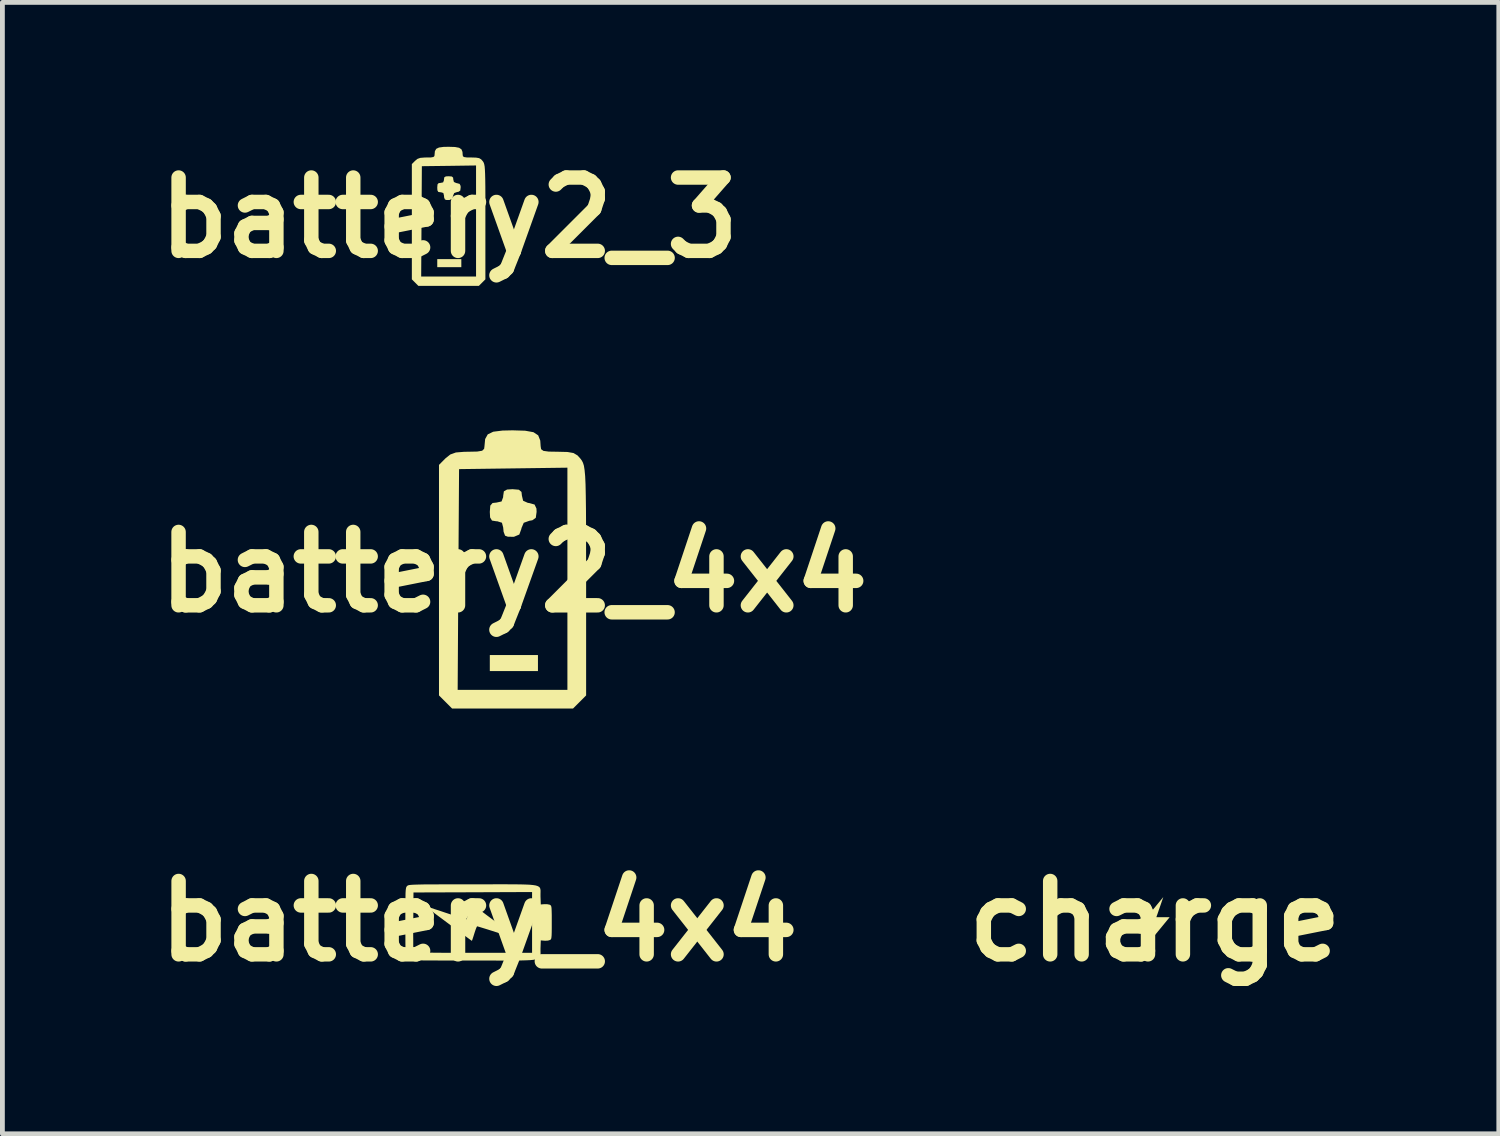
<source format=kicad_pcb>
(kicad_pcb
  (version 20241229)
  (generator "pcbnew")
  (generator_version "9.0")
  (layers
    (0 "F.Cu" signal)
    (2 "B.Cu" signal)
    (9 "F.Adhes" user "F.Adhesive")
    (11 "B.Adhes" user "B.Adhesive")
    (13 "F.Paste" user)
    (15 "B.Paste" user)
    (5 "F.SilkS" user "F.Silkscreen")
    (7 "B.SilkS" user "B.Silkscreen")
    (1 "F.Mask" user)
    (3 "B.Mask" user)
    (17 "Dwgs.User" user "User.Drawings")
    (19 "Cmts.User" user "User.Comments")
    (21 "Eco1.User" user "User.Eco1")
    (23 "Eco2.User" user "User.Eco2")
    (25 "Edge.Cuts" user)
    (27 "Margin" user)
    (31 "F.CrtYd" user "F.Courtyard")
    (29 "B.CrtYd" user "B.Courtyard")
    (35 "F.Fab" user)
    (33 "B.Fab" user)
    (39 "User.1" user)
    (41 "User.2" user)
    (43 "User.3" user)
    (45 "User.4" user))
  (footprint "battery2_3"
    (layer "F.Cu")
    (at 6.285 1.473)
    (property "Reference" "battery2_3" (at 0 0 0) (layer "F.SilkS") (effects (font (size 1.524 1.524) (thickness 0.3))))
    (attr board_only exclude_from_pos_files exclude_from_bom)
    (fp_poly (pts (xy 0.25 1.028) (xy -0.25 1.028) (xy -0.25 0.861) (xy 0.25 0.861)) (stroke (width 0) (type solid)) (fill yes) (layer "F.SilkS"))
    (fp_poly (pts (xy 0.052 -0.856) (xy 0.079 -0.833) (xy 0.083 -0.794) (xy 0.096 -0.742) (xy 0.145 -0.72) (xy 0.16 -0.717) (xy 0.215 -0.702) (xy 0.235 -0.66) (xy 0.236 -0.625) (xy 0.228 -0.564) (xy 0.192 -0.538) (xy 0.161 -0.533) (xy 0.102 -0.512) (xy 0.079 -0.458) (xy 0.078 -0.45) (xy 0.057 -0.39) (xy 0.002 -0.367) (xy -0.001 -0.367) (xy -0.062 -0.368) (xy -0.091 -0.379) (xy -0.107 -0.419) (xy -0.111 -0.463) (xy -0.124 -0.513) (xy -0.172 -0.528) (xy -0.181 -0.528) (xy -0.228 -0.535) (xy -0.247 -0.568) (xy -0.25 -0.625) (xy -0.245 -0.691) (xy -0.222 -0.718) (xy -0.181 -0.723) (xy -0.128 -0.734) (xy -0.111 -0.779) (xy -0.111 -0.792) (xy -0.104 -0.839) (xy -0.071 -0.858) (xy -0.014 -0.861)) (stroke (width 0) (type solid)) (fill yes) (layer "F.SilkS"))
    (fp_poly (pts (xy 0.118 -1.469) (xy 0.203 -1.453) (xy 0.252 -1.421) (xy 0.274 -1.367) (xy 0.278 -1.308) (xy 0.283 -1.277) (xy 0.307 -1.26) (xy 0.362 -1.252) (xy 0.457 -1.251) (xy 0.557 -1.248) (xy 0.62 -1.237) (xy 0.662 -1.212) (xy 0.693 -1.177) (xy 0.707 -1.158) (xy 0.718 -1.136) (xy 0.727 -1.105) (xy 0.735 -1.061) (xy 0.74 -0.997) (xy 0.744 -0.91) (xy 0.747 -0.794) (xy 0.749 -0.643) (xy 0.75 -0.453) (xy 0.75 -0.218) (xy 0.75 0.068) (xy 0.75 1.281) (xy 0.614 1.417) (xy -0.642 1.417) (xy -0.71 1.349) (xy -0.778 1.281) (xy -0.778 1.223) (xy -0.584 1.223) (xy 0.556 1.223) (xy 0.556 -1.085) (xy -0.007 -1.077) (xy -0.57 -1.07) (xy -0.577 0.076) (xy -0.584 1.223) (xy -0.778 1.223) (xy -0.778 -1.114) (xy -0.71 -1.182) (xy -0.661 -1.222) (xy -0.602 -1.243) (xy -0.515 -1.25) (xy -0.474 -1.251) (xy -0.38 -1.252) (xy -0.33 -1.261) (xy -0.309 -1.281) (xy -0.306 -1.308) (xy -0.299 -1.382) (xy -0.271 -1.431) (xy -0.214 -1.458) (xy -0.118 -1.471) (xy -0.014 -1.473)) (stroke (width 0) (type solid)) (fill yes) (layer "F.SilkS")))
  (footprint "battery_4x4"
    (layer "F.Cu")
    (at 6.902 16.089)
    (property "Reference" "battery_4x4" (at 0 0 0) (layer "F.SilkS") (effects (font (size 1.524 1.524) (thickness 0.3))))
    (attr board_only exclude_from_pos_files exclude_from_bom)
    (fp_poly (pts (xy -0.136 -0.343) (xy -0.113 -0.327) (xy -0.067 -0.294) (xy -0.003 -0.247) (xy 0.077 -0.188) (xy 0.167 -0.12) (xy 0.265 -0.047) (xy 0.365 0.028) (xy 0.464 0.103) (xy 0.558 0.174) (xy 0.643 0.238) (xy 0.715 0.293) (xy 0.77 0.334) (xy 0.803 0.361) (xy 0.812 0.368) (xy 0.794 0.364) (xy 0.748 0.351) (xy 0.676 0.329) (xy 0.585 0.301) (xy 0.479 0.268) (xy 0.391 0.24) (xy 0.275 0.203) (xy 0.171 0.17) (xy 0.083 0.143) (xy 0.015 0.122) (xy -0.027 0.11) (xy -0.039 0.107) (xy -0.049 0.123) (xy -0.066 0.165) (xy -0.087 0.226) (xy -0.097 0.258) (xy -0.118 0.325) (xy -0.135 0.377) (xy -0.146 0.406) (xy -0.148 0.409) (xy -0.163 0.399) (xy -0.203 0.37) (xy -0.264 0.325) (xy -0.345 0.265) (xy -0.44 0.195) (xy -0.548 0.115) (xy -0.629 0.055) (xy -0.743 -0.03) (xy -0.848 -0.108) (xy -0.94 -0.177) (xy -1.016 -0.234) (xy -1.073 -0.277) (xy -1.107 -0.303) (xy -1.116 -0.309) (xy -1.102 -0.307) (xy -1.06 -0.294) (xy -0.992 -0.273) (xy -0.904 -0.244) (xy -0.799 -0.21) (xy -0.701 -0.177) (xy -0.585 -0.139) (xy -0.48 -0.104) (xy -0.391 -0.075) (xy -0.322 -0.053) (xy -0.279 -0.039) (xy -0.266 -0.036) (xy -0.257 -0.051) (xy -0.24 -0.094) (xy -0.22 -0.156) (xy -0.207 -0.196) (xy -0.182 -0.275) (xy -0.163 -0.322) (xy -0.147 -0.343)) (stroke (width 0) (type solid)) (fill yes) (layer "F.SilkS"))
    (fp_poly (pts (xy 0.71 -0.765) (xy 0.848 -0.764) (xy 0.962 -0.761) (xy 1.054 -0.757) (xy 1.126 -0.75) (xy 1.181 -0.741) (xy 1.221 -0.728) (xy 1.249 -0.712) (xy 1.266 -0.693) (xy 1.275 -0.669) (xy 1.279 -0.64) (xy 1.279 -0.607) (xy 1.278 -0.568) (xy 1.278 -0.523) (xy 1.278 -0.518) (xy 1.284 -0.347) (xy 1.36 -0.353) (xy 1.417 -0.352) (xy 1.465 -0.343) (xy 1.474 -0.339) (xy 1.487 -0.331) (xy 1.497 -0.318) (xy 1.504 -0.296) (xy 1.508 -0.26) (xy 1.51 -0.205) (xy 1.512 -0.126) (xy 1.512 -0.019) (xy 1.512 0.027) (xy 1.512 0.146) (xy 1.511 0.234) (xy 1.509 0.297) (xy 1.505 0.339) (xy 1.5 0.365) (xy 1.491 0.38) (xy 1.479 0.39) (xy 1.474 0.392) (xy 1.433 0.404) (xy 1.377 0.407) (xy 1.36 0.406) (xy 1.284 0.4) (xy 1.278 0.572) (xy 1.278 0.617) (xy 1.279 0.657) (xy 1.279 0.691) (xy 1.276 0.72) (xy 1.267 0.744) (xy 1.251 0.764) (xy 1.224 0.78) (xy 1.185 0.793) (xy 1.132 0.803) (xy 1.061 0.81) (xy 0.971 0.814) (xy 0.86 0.817) (xy 0.724 0.819) (xy 0.563 0.819) (xy 0.373 0.819) (xy 0.152 0.818) (xy -0.102 0.818) (xy -0.127 0.818) (xy -0.377 0.818) (xy -0.593 0.818) (xy -0.778 0.818) (xy -0.935 0.817) (xy -1.067 0.817) (xy -1.175 0.816) (xy -1.262 0.814) (xy -1.33 0.812) (xy -1.383 0.81) (xy -1.421 0.807) (xy -1.449 0.803) (xy -1.468 0.799) (xy -1.48 0.793) (xy -1.489 0.787) (xy -1.494 0.783) (xy -1.503 0.773) (xy -1.51 0.76) (xy -1.516 0.741) (xy -1.521 0.712) (xy -1.524 0.67) (xy -1.526 0.612) (xy -1.528 0.533) (xy -1.529 0.432) (xy -1.529 0.304) (xy -1.53 0.286) (xy -1.367 0.286) (xy -1.366 0.403) (xy -1.366 0.501) (xy -1.365 0.576) (xy -1.363 0.622) (xy -1.362 0.636) (xy -1.353 0.64) (xy -1.33 0.644) (xy -1.289 0.648) (xy -1.23 0.65) (xy -1.15 0.653) (xy -1.046 0.654) (xy -0.917 0.656) (xy -0.761 0.657) (xy -0.576 0.658) (xy -0.359 0.658) (xy -0.125 0.658) (xy 1.103 0.658) (xy 1.103 -0.605) (xy -0.129 -0.6) (xy -1.361 -0.596) (xy -1.365 0.009) (xy -1.366 0.153) (xy -1.367 0.286) (xy -1.53 0.286) (xy -1.53 0.146) (xy -1.53 0.027) (xy -1.53 -0.152) (xy -1.529 -0.299) (xy -1.529 -0.418) (xy -1.527 -0.51) (xy -1.526 -0.581) (xy -1.523 -0.633) (xy -1.519 -0.67) (xy -1.514 -0.695) (xy -1.508 -0.711) (xy -1.5 -0.723) (xy -1.494 -0.729) (xy -1.487 -0.736) (xy -1.477 -0.742) (xy -1.463 -0.747) (xy -1.442 -0.751) (xy -1.411 -0.754) (xy -1.369 -0.757) (xy -1.312 -0.759) (xy -1.238 -0.761) (xy -1.146 -0.763) (xy -1.031 -0.764) (xy -0.893 -0.764) (xy -0.728 -0.765) (xy -0.534 -0.765) (xy -0.308 -0.765) (xy -0.127 -0.765) (xy 0.13 -0.765) (xy 0.354 -0.766) (xy 0.546 -0.766)) (stroke (width 0) (type solid)) (fill yes) (layer "F.SilkS")))
  (footprint "battery2_4x4"
    (layer "F.Cu")
    (at 7.627 8.837)
    (property "Reference" "battery2_4x4" (at 0 0 0) (layer "F.SilkS") (effects (font (size 1.524 1.524) (thickness 0.3))))
    (attr board_only exclude_from_pos_files exclude_from_bom)
    (fp_poly (pts (xy 0.5 2.056) (xy -0.5 2.056) (xy -0.5 1.723) (xy 0.5 1.723)) (stroke (width 0) (type solid)) (fill yes) (layer "F.SilkS"))
    (fp_poly (pts (xy 0.104 -1.712) (xy 0.158 -1.666) (xy 0.167 -1.588) (xy 0.192 -1.483) (xy 0.29 -1.439) (xy 0.32 -1.435) (xy 0.43 -1.404) (xy 0.469 -1.321) (xy 0.472 -1.251) (xy 0.455 -1.128) (xy 0.383 -1.077) (xy 0.323 -1.067) (xy 0.205 -1.025) (xy 0.158 -0.915) (xy 0.156 -0.9) (xy 0.113 -0.781) (xy 0.004 -0.735) (xy -0.002 -0.734) (xy -0.123 -0.735) (xy -0.183 -0.757) (xy -0.214 -0.839) (xy -0.222 -0.926) (xy -0.248 -1.026) (xy -0.344 -1.056) (xy -0.361 -1.056) (xy -0.455 -1.071) (xy -0.494 -1.136) (xy -0.5 -1.251) (xy -0.49 -1.382) (xy -0.443 -1.436) (xy -0.361 -1.445) (xy -0.256 -1.468) (xy -0.223 -1.558) (xy -0.222 -1.584) (xy -0.208 -1.678) (xy -0.142 -1.716) (xy -0.028 -1.723)) (stroke (width 0) (type solid)) (fill yes) (layer "F.SilkS"))
    (fp_poly (pts (xy 0.235 -2.938) (xy 0.407 -2.907) (xy 0.505 -2.842) (xy 0.548 -2.734) (xy 0.556 -2.616) (xy 0.566 -2.554) (xy 0.614 -2.519) (xy 0.725 -2.504) (xy 0.913 -2.501) (xy 1.114 -2.496) (xy 1.239 -2.474) (xy 1.323 -2.424) (xy 1.385 -2.355) (xy 1.413 -2.316) (xy 1.436 -2.271) (xy 1.455 -2.21) (xy 1.469 -2.121) (xy 1.481 -1.995) (xy 1.489 -1.821) (xy 1.494 -1.588) (xy 1.498 -1.286) (xy 1.5 -0.906) (xy 1.5 -0.435) (xy 1.501 0.135) (xy 1.501 2.562) (xy 1.228 2.835) (xy -1.283 2.835) (xy -1.42 2.698) (xy -1.556 2.562) (xy -1.556 2.446) (xy -1.168 2.446) (xy 1.112 2.446) (xy 1.112 -2.17) (xy -0.014 -2.155) (xy -1.139 -2.14) (xy -1.154 0.153) (xy -1.168 2.446) (xy -1.556 2.446) (xy -1.556 -2.228) (xy -1.42 -2.365) (xy -1.321 -2.444) (xy -1.205 -2.486) (xy -1.031 -2.5) (xy -0.947 -2.501) (xy -0.761 -2.505) (xy -0.659 -2.522) (xy -0.618 -2.562) (xy -0.611 -2.616) (xy -0.597 -2.765) (xy -0.543 -2.862) (xy -0.429 -2.917) (xy -0.237 -2.941) (xy -0.028 -2.946)) (stroke (width 0) (type solid)) (fill yes) (layer "F.SilkS")))
  (footprint "charge"
    (layer "F.Cu")
    (at 20.947 16.089)
    (property "Reference" "charge" (at 0 0 0) (layer "F.SilkS") (effects (font (size 1.524 1.524) (thickness 0.3))))
    (attr board_only exclude_from_pos_files exclude_from_bom)
    (fp_poly (pts (xy 0.171 -0.496) (xy 0.171 -0.494) (xy 0.169 -0.489) (xy 0.168 -0.484) (xy 0.166 -0.481) (xy 0.165 -0.476) (xy 0.162 -0.468) (xy 0.159 -0.46) (xy 0.156 -0.451) (xy 0.153 -0.442) (xy 0.151 -0.435) (xy 0.147 -0.426) (xy 0.143 -0.415) (xy 0.139 -0.402) (xy 0.135 -0.389) (xy 0.13 -0.375) (xy 0.125 -0.361) (xy 0.12 -0.346) (xy 0.115 -0.332) (xy 0.11 -0.317) (xy 0.105 -0.304) (xy 0.101 -0.291) (xy 0.097 -0.28) (xy 0.094 -0.27) (xy 0.091 -0.262) (xy 0.09 -0.259) (xy 0.087 -0.251) (xy 0.084 -0.243) (xy 0.081 -0.234) (xy 0.078 -0.226) (xy 0.076 -0.22) (xy 0.076 -0.218) (xy 0.074 -0.214) (xy 0.072 -0.208) (xy 0.07 -0.201) (xy 0.067 -0.192) (xy 0.063 -0.182) (xy 0.06 -0.172) (xy 0.056 -0.16) (xy 0.052 -0.149) (xy 0.05 -0.143) (xy 0.046 -0.132) (xy 0.042 -0.122) (xy 0.039 -0.112) (xy 0.036 -0.103) (xy 0.033 -0.096) (xy 0.031 -0.09) (xy 0.03 -0.086) (xy 0.029 -0.083) (xy 0.029 -0.083) (xy 0.03 -0.083) (xy 0.033 -0.083) (xy 0.038 -0.082) (xy 0.045 -0.082) (xy 0.054 -0.082) (xy 0.064 -0.082) (xy 0.076 -0.082) (xy 0.089 -0.082) (xy 0.103 -0.082) (xy 0.118 -0.082) (xy 0.134 -0.082) (xy 0.15 -0.082) (xy 0.167 -0.082) (xy 0.185 -0.082) (xy 0.203 -0.082) (xy 0.22 -0.082) (xy 0.235 -0.082) (xy 0.25 -0.082) (xy 0.263 -0.082) (xy 0.274 -0.082) (xy 0.284 -0.082) (xy 0.292 -0.082) (xy 0.298 -0.082) (xy 0.302 -0.081) (xy 0.304 -0.081) (xy 0.304 -0.081) (xy 0.303 -0.08) (xy 0.301 -0.078) (xy 0.299 -0.074) (xy 0.295 -0.069) (xy 0.292 -0.066) (xy 0.289 -0.062) (xy 0.284 -0.056) (xy 0.278 -0.049) (xy 0.272 -0.041) (xy 0.265 -0.034) (xy 0.259 -0.026) (xy 0.257 -0.023) (xy 0.252 -0.017) (xy 0.245 -0.009) (xy 0.237 0.001) (xy 0.229 0.011) (xy 0.22 0.022) (xy 0.21 0.034) (xy 0.199 0.047) (xy 0.189 0.059) (xy 0.179 0.072) (xy 0.168 0.085) (xy 0.158 0.097) (xy 0.149 0.108) (xy 0.14 0.119) (xy 0.132 0.129) (xy 0.125 0.138) (xy 0.119 0.145) (xy 0.118 0.146) (xy 0.113 0.152) (xy 0.107 0.159) (xy 0.101 0.167) (xy 0.093 0.176) (xy 0.086 0.185) (xy 0.078 0.195) (xy 0.069 0.205) (xy 0.061 0.215) (xy 0.053 0.225) (xy 0.046 0.234) (xy 0.039 0.242) (xy 0.032 0.25) (xy 0.027 0.257) (xy 0.022 0.262) (xy 0.019 0.266) (xy 0.018 0.267) (xy 0.016 0.27) (xy 0.012 0.275) (xy 0.007 0.281) (xy 0.002 0.287) (xy -0.005 0.295) (xy -0.012 0.304) (xy -0.019 0.313) (xy -0.027 0.322) (xy -0.03 0.326) (xy -0.039 0.337) (xy -0.048 0.348) (xy -0.058 0.361) (xy -0.069 0.373) (xy -0.078 0.385) (xy -0.088 0.397) (xy -0.097 0.407) (xy -0.103 0.414) (xy -0.114 0.429) (xy -0.125 0.441) (xy -0.134 0.452) (xy -0.141 0.461) (xy -0.148 0.47) (xy -0.154 0.477) (xy -0.159 0.482) (xy -0.162 0.487) (xy -0.165 0.491) (xy -0.168 0.493) (xy -0.17 0.496) (xy -0.171 0.497) (xy -0.171 0.498) (xy -0.172 0.498) (xy -0.172 0.497) (xy -0.171 0.494) (xy -0.169 0.49) (xy -0.168 0.485) (xy -0.167 0.483) (xy -0.166 0.479) (xy -0.164 0.473) (xy -0.161 0.465) (xy -0.158 0.456) (xy -0.155 0.447) (xy -0.151 0.437) (xy -0.148 0.427) (xy -0.146 0.422) (xy -0.142 0.411) (xy -0.138 0.399) (xy -0.134 0.387) (xy -0.13 0.374) (xy -0.126 0.363) (xy -0.122 0.353) (xy -0.119 0.344) (xy -0.119 0.343) (xy -0.116 0.335) (xy -0.113 0.326) (xy -0.11 0.318) (xy -0.108 0.312) (xy -0.106 0.306) (xy -0.105 0.302) (xy -0.104 0.301) (xy -0.103 0.298) (xy -0.101 0.293) (xy -0.099 0.286) (xy -0.096 0.276) (xy -0.092 0.265) (xy -0.087 0.253) (xy -0.082 0.238) (xy -0.077 0.221) (xy -0.07 0.203) (xy -0.063 0.183) (xy -0.056 0.161) (xy -0.048 0.138) (xy -0.043 0.125) (xy -0.04 0.115) (xy -0.037 0.107) (xy -0.035 0.099) (xy -0.032 0.093) (xy -0.031 0.088) (xy -0.029 0.084) (xy -0.029 0.083) (xy -0.029 0.083) (xy -0.03 0.083) (xy -0.033 0.083) (xy -0.038 0.082) (xy -0.045 0.082) (xy -0.054 0.082) (xy -0.064 0.082) (xy -0.076 0.082) (xy -0.089 0.082) (xy -0.103 0.082) (xy -0.118 0.082) (xy -0.134 0.082) (xy -0.15 0.082) (xy -0.167 0.082) (xy -0.187 0.082) (xy -0.205 0.082) (xy -0.223 0.082) (xy -0.238 0.082) (xy -0.253 0.082) (xy -0.266 0.082) (xy -0.277 0.082) (xy -0.286 0.082) (xy -0.294 0.082) (xy -0.299 0.082) (xy -0.303 0.081) (xy -0.304 0.081) (xy -0.304 0.081) (xy -0.303 0.08) (xy -0.301 0.077) (xy -0.298 0.074) (xy -0.294 0.068) (xy -0.289 0.062) (xy -0.283 0.055) (xy -0.277 0.048) (xy -0.271 0.04) (xy -0.264 0.031) (xy -0.257 0.023) (xy -0.254 0.019) (xy -0.25 0.015) (xy -0.245 0.009) (xy -0.24 0.002) (xy -0.235 -0.004) (xy -0.232 -0.008) (xy -0.227 -0.013) (xy -0.221 -0.02) (xy -0.215 -0.028) (xy -0.207 -0.037) (xy -0.2 -0.047) (xy -0.192 -0.056) (xy -0.184 -0.065) (xy -0.18 -0.071) (xy -0.173 -0.079) (xy -0.167 -0.087) (xy -0.16 -0.094) (xy -0.155 -0.101) (xy -0.151 -0.106) (xy -0.147 -0.111) (xy -0.145 -0.114) (xy -0.143 -0.115) (xy -0.142 -0.117) (xy -0.14 -0.12) (xy -0.136 -0.124) (xy -0.131 -0.13) (xy -0.126 -0.137) (xy -0.119 -0.144) (xy -0.112 -0.153) (xy -0.105 -0.162) (xy -0.097 -0.172) (xy -0.092 -0.177) (xy -0.068 -0.207) (xy -0.045 -0.235) (xy -0.022 -0.263) (xy 0.001 -0.29) (xy 0.023 -0.318) (xy 0.046 -0.346) (xy 0.062 -0.365) (xy 0.076 -0.382) (xy 0.089 -0.398) (xy 0.101 -0.412) (xy 0.111 -0.425) (xy 0.121 -0.437) (xy 0.129 -0.447) (xy 0.137 -0.456) (xy 0.143 -0.464) (xy 0.149 -0.471) (xy 0.154 -0.476) (xy 0.158 -0.481) (xy 0.161 -0.486) (xy 0.164 -0.489) (xy 0.166 -0.492) (xy 0.168 -0.494) (xy 0.169 -0.495) (xy 0.17 -0.496) (xy 0.171 -0.497) (xy 0.171 -0.497) (xy 0.172 -0.498) (xy 0.172 -0.498)) (stroke (width 0) (type solid)) (fill yes) (layer "F.SilkS")))
  (gr_rect
    (start -3 -3)
    (end 28.091 20.507)
    (stroke (width 0.1) (type default))
    (fill no)
    (layer "Edge.Cuts")))
</source>
